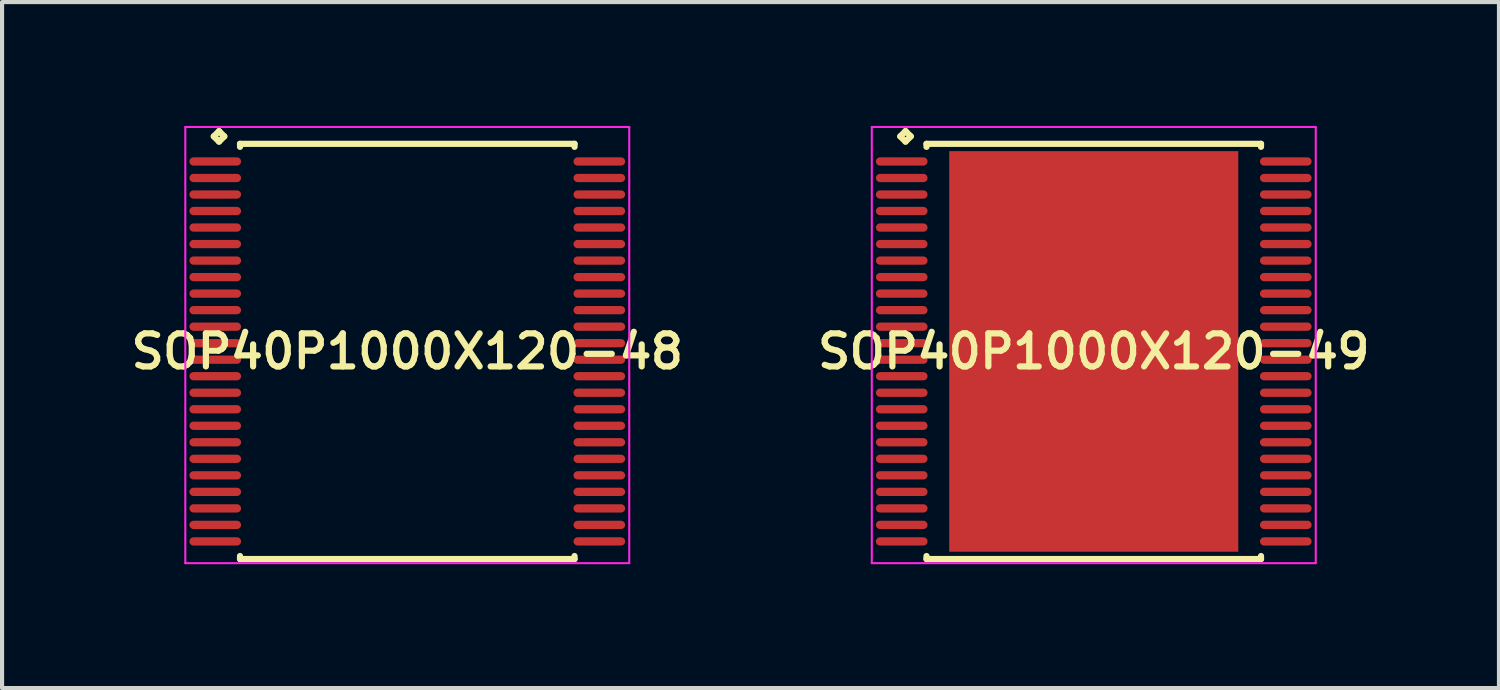
<source format=kicad_pcb>
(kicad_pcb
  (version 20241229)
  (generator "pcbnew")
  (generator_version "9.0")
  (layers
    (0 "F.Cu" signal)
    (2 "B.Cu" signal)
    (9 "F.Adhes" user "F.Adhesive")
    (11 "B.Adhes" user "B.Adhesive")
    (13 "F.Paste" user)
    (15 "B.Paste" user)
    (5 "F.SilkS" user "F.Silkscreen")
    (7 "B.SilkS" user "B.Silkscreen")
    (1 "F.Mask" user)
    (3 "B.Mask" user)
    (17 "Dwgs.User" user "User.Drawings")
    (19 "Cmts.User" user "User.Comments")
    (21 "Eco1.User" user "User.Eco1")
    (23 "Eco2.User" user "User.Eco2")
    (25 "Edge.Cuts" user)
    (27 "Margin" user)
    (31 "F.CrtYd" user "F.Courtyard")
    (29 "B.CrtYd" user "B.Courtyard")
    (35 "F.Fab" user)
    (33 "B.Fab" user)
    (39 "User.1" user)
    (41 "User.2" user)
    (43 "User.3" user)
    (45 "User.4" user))
  (footprint "SOP40P1000X120-48"
    (layer "F.Cu")
    (at 6.812 5.46)
    (property "Reference" "SOP40P1000X120-48" (at 0 0 0) (layer "F.SilkS") (effects (font (size 0.8 0.8) (thickness 0.15))))
    (attr smd)
    (fp_line (start -4.685 -5.208) (end -4.558 -5.335) (stroke (width 0.15) (type solid)) (layer "F.SilkS"))
    (fp_line (start -4.558 -5.335) (end -4.431 -5.208) (stroke (width 0.15) (type solid)) (layer "F.SilkS"))
    (fp_line (start -4.558 -5.081) (end -4.685 -5.208) (stroke (width 0.15) (type solid)) (layer "F.SilkS"))
    (fp_line (start -4.431 -5.208) (end -4.558 -5.081) (stroke (width 0.15) (type solid)) (layer "F.SilkS"))
    (fp_line (start -4.05 -5.027) (end 4.05 -5.027) (stroke (width 0.15) (type solid)) (layer "F.SilkS"))
    (fp_line (start -4.05 -4.954) (end -4.05 -5.027) (stroke (width 0.15) (type solid)) (layer "F.SilkS"))
    (fp_line (start -4.05 4.954) (end -4.05 5.027) (stroke (width 0.15) (type solid)) (layer "F.SilkS"))
    (fp_line (start -4.05 5.027) (end 4.05 5.027) (stroke (width 0.15) (type solid)) (layer "F.SilkS"))
    (fp_line (start 4.05 -5.027) (end 4.05 -4.954) (stroke (width 0.15) (type solid)) (layer "F.SilkS"))
    (fp_line (start 4.05 5.027) (end 4.05 4.954) (stroke (width 0.15) (type solid)) (layer "F.SilkS"))
    (fp_line (start -5.375 -5.435) (end 5.375 -5.435) (stroke (width 0.05) (type solid)) (layer "F.CrtYd"))
    (fp_line (start -5.375 5.127) (end -5.375 -5.435) (stroke (width 0.05) (type solid)) (layer "F.CrtYd"))
    (fp_line (start 5.375 -5.435) (end 5.375 5.127) (stroke (width 0.05) (type solid)) (layer "F.CrtYd"))
    (fp_line (start 5.375 5.127) (end -5.375 5.127) (stroke (width 0.05) (type solid)) (layer "F.CrtYd"))
    (pad "1" smd oval (at -4.65 -4.6) (size 1.25 0.2) (layers "F.Cu" "F.Mask" "F.Paste"))
    (pad "2" smd oval (at -4.65 -4.2) (size 1.25 0.2) (layers "F.Cu" "F.Mask" "F.Paste"))
    (pad "3" smd oval (at -4.65 -3.8) (size 1.25 0.2) (layers "F.Cu" "F.Mask" "F.Paste"))
    (pad "4" smd oval (at -4.65 -3.4) (size 1.25 0.2) (layers "F.Cu" "F.Mask" "F.Paste"))
    (pad "5" smd oval (at -4.65 -3) (size 1.25 0.2) (layers "F.Cu" "F.Mask" "F.Paste"))
    (pad "6" smd oval (at -4.65 -2.6) (size 1.25 0.2) (layers "F.Cu" "F.Mask" "F.Paste"))
    (pad "7" smd oval (at -4.65 -2.2) (size 1.25 0.2) (layers "F.Cu" "F.Mask" "F.Paste"))
    (pad "8" smd oval (at -4.65 -1.8) (size 1.25 0.2) (layers "F.Cu" "F.Mask" "F.Paste"))
    (pad "9" smd oval (at -4.65 -1.4) (size 1.25 0.2) (layers "F.Cu" "F.Mask" "F.Paste"))
    (pad "10" smd oval (at -4.65 -1) (size 1.25 0.2) (layers "F.Cu" "F.Mask" "F.Paste"))
    (pad "11" smd oval (at -4.65 -0.6) (size 1.25 0.2) (layers "F.Cu" "F.Mask" "F.Paste"))
    (pad "12" smd oval (at -4.65 -0.2) (size 1.25 0.2) (layers "F.Cu" "F.Mask" "F.Paste"))
    (pad "13" smd oval (at -4.65 0.2) (size 1.25 0.2) (layers "F.Cu" "F.Mask" "F.Paste"))
    (pad "14" smd oval (at -4.65 0.6) (size 1.25 0.2) (layers "F.Cu" "F.Mask" "F.Paste"))
    (pad "15" smd oval (at -4.65 1) (size 1.25 0.2) (layers "F.Cu" "F.Mask" "F.Paste"))
    (pad "16" smd oval (at -4.65 1.4) (size 1.25 0.2) (layers "F.Cu" "F.Mask" "F.Paste"))
    (pad "17" smd oval (at -4.65 1.8) (size 1.25 0.2) (layers "F.Cu" "F.Mask" "F.Paste"))
    (pad "18" smd oval (at -4.65 2.2) (size 1.25 0.2) (layers "F.Cu" "F.Mask" "F.Paste"))
    (pad "19" smd oval (at -4.65 2.6) (size 1.25 0.2) (layers "F.Cu" "F.Mask" "F.Paste"))
    (pad "20" smd oval (at -4.65 3) (size 1.25 0.2) (layers "F.Cu" "F.Mask" "F.Paste"))
    (pad "21" smd oval (at -4.65 3.4) (size 1.25 0.2) (layers "F.Cu" "F.Mask" "F.Paste"))
    (pad "22" smd oval (at -4.65 3.8) (size 1.25 0.2) (layers "F.Cu" "F.Mask" "F.Paste"))
    (pad "23" smd oval (at -4.65 4.2) (size 1.25 0.2) (layers "F.Cu" "F.Mask" "F.Paste"))
    (pad "24" smd oval (at -4.65 4.6) (size 1.25 0.2) (layers "F.Cu" "F.Mask" "F.Paste"))
    (pad "25" smd oval (at 4.65 4.6) (size 1.25 0.2) (layers "F.Cu" "F.Mask" "F.Paste"))
    (pad "26" smd oval (at 4.65 4.2) (size 1.25 0.2) (layers "F.Cu" "F.Mask" "F.Paste"))
    (pad "27" smd oval (at 4.65 3.8) (size 1.25 0.2) (layers "F.Cu" "F.Mask" "F.Paste"))
    (pad "28" smd oval (at 4.65 3.4) (size 1.25 0.2) (layers "F.Cu" "F.Mask" "F.Paste"))
    (pad "29" smd oval (at 4.65 3) (size 1.25 0.2) (layers "F.Cu" "F.Mask" "F.Paste"))
    (pad "30" smd oval (at 4.65 2.6) (size 1.25 0.2) (layers "F.Cu" "F.Mask" "F.Paste"))
    (pad "31" smd oval (at 4.65 2.2) (size 1.25 0.2) (layers "F.Cu" "F.Mask" "F.Paste"))
    (pad "32" smd oval (at 4.65 1.8) (size 1.25 0.2) (layers "F.Cu" "F.Mask" "F.Paste"))
    (pad "33" smd oval (at 4.65 1.4) (size 1.25 0.2) (layers "F.Cu" "F.Mask" "F.Paste"))
    (pad "34" smd oval (at 4.65 1) (size 1.25 0.2) (layers "F.Cu" "F.Mask" "F.Paste"))
    (pad "35" smd oval (at 4.65 0.6) (size 1.25 0.2) (layers "F.Cu" "F.Mask" "F.Paste"))
    (pad "36" smd oval (at 4.65 0.2) (size 1.25 0.2) (layers "F.Cu" "F.Mask" "F.Paste"))
    (pad "37" smd oval (at 4.65 -0.2) (size 1.25 0.2) (layers "F.Cu" "F.Mask" "F.Paste"))
    (pad "38" smd oval (at 4.65 -0.6) (size 1.25 0.2) (layers "F.Cu" "F.Mask" "F.Paste"))
    (pad "39" smd oval (at 4.65 -1) (size 1.25 0.2) (layers "F.Cu" "F.Mask" "F.Paste"))
    (pad "40" smd oval (at 4.65 -1.4) (size 1.25 0.2) (layers "F.Cu" "F.Mask" "F.Paste"))
    (pad "41" smd oval (at 4.65 -1.8) (size 1.25 0.2) (layers "F.Cu" "F.Mask" "F.Paste"))
    (pad "42" smd oval (at 4.65 -2.2) (size 1.25 0.2) (layers "F.Cu" "F.Mask" "F.Paste"))
    (pad "43" smd oval (at 4.65 -2.6) (size 1.25 0.2) (layers "F.Cu" "F.Mask" "F.Paste"))
    (pad "44" smd oval (at 4.65 -3) (size 1.25 0.2) (layers "F.Cu" "F.Mask" "F.Paste"))
    (pad "45" smd oval (at 4.65 -3.4) (size 1.25 0.2) (layers "F.Cu" "F.Mask" "F.Paste"))
    (pad "46" smd oval (at 4.65 -3.8) (size 1.25 0.2) (layers "F.Cu" "F.Mask" "F.Paste"))
    (pad "47" smd oval (at 4.65 -4.2) (size 1.25 0.2) (layers "F.Cu" "F.Mask" "F.Paste"))
    (pad "48" smd oval (at 4.65 -4.6) (size 1.25 0.2) (layers "F.Cu" "F.Mask" "F.Paste")))
  (footprint "SOP40P1000X120-49"
    (layer "F.Cu")
    (at 23.435 5.46)
    (property "Reference" "SOP40P1000X120-49" (at 0 0 0) (layer "F.SilkS") (effects (font (size 0.8 0.8) (thickness 0.15))))
    (attr smd)
    (fp_line (start -4.685 -5.208) (end -4.558 -5.335) (stroke (width 0.15) (type solid)) (layer "F.SilkS"))
    (fp_line (start -4.558 -5.335) (end -4.431 -5.208) (stroke (width 0.15) (type solid)) (layer "F.SilkS"))
    (fp_line (start -4.558 -5.081) (end -4.685 -5.208) (stroke (width 0.15) (type solid)) (layer "F.SilkS"))
    (fp_line (start -4.431 -5.208) (end -4.558 -5.081) (stroke (width 0.15) (type solid)) (layer "F.SilkS"))
    (fp_line (start -4.05 -5.027) (end 4.05 -5.027) (stroke (width 0.15) (type solid)) (layer "F.SilkS"))
    (fp_line (start -4.05 -4.954) (end -4.05 -5.027) (stroke (width 0.15) (type solid)) (layer "F.SilkS"))
    (fp_line (start -4.05 4.954) (end -4.05 5.027) (stroke (width 0.15) (type solid)) (layer "F.SilkS"))
    (fp_line (start -4.05 5.027) (end 4.05 5.027) (stroke (width 0.15) (type solid)) (layer "F.SilkS"))
    (fp_line (start 4.05 -5.027) (end 4.05 -4.954) (stroke (width 0.15) (type solid)) (layer "F.SilkS"))
    (fp_line (start 4.05 5.027) (end 4.05 4.954) (stroke (width 0.15) (type solid)) (layer "F.SilkS"))
    (fp_line (start -5.375 -5.435) (end 5.375 -5.435) (stroke (width 0.05) (type solid)) (layer "F.CrtYd"))
    (fp_line (start -5.375 5.127) (end -5.375 -5.435) (stroke (width 0.05) (type solid)) (layer "F.CrtYd"))
    (fp_line (start 5.375 -5.435) (end 5.375 5.127) (stroke (width 0.05) (type solid)) (layer "F.CrtYd"))
    (fp_line (start 5.375 5.127) (end -5.375 5.127) (stroke (width 0.05) (type solid)) (layer "F.CrtYd"))
    (pad "1" smd oval (at -4.65 -4.6) (size 1.25 0.2) (layers "F.Cu" "F.Mask" "F.Paste"))
    (pad "2" smd oval (at -4.65 -4.2) (size 1.25 0.2) (layers "F.Cu" "F.Mask" "F.Paste"))
    (pad "3" smd oval (at -4.65 -3.8) (size 1.25 0.2) (layers "F.Cu" "F.Mask" "F.Paste"))
    (pad "4" smd oval (at -4.65 -3.4) (size 1.25 0.2) (layers "F.Cu" "F.Mask" "F.Paste"))
    (pad "5" smd oval (at -4.65 -3) (size 1.25 0.2) (layers "F.Cu" "F.Mask" "F.Paste"))
    (pad "6" smd oval (at -4.65 -2.6) (size 1.25 0.2) (layers "F.Cu" "F.Mask" "F.Paste"))
    (pad "7" smd oval (at -4.65 -2.2) (size 1.25 0.2) (layers "F.Cu" "F.Mask" "F.Paste"))
    (pad "8" smd oval (at -4.65 -1.8) (size 1.25 0.2) (layers "F.Cu" "F.Mask" "F.Paste"))
    (pad "9" smd oval (at -4.65 -1.4) (size 1.25 0.2) (layers "F.Cu" "F.Mask" "F.Paste"))
    (pad "10" smd oval (at -4.65 -1) (size 1.25 0.2) (layers "F.Cu" "F.Mask" "F.Paste"))
    (pad "11" smd oval (at -4.65 -0.6) (size 1.25 0.2) (layers "F.Cu" "F.Mask" "F.Paste"))
    (pad "12" smd oval (at -4.65 -0.2) (size 1.25 0.2) (layers "F.Cu" "F.Mask" "F.Paste"))
    (pad "13" smd oval (at -4.65 0.2) (size 1.25 0.2) (layers "F.Cu" "F.Mask" "F.Paste"))
    (pad "14" smd oval (at -4.65 0.6) (size 1.25 0.2) (layers "F.Cu" "F.Mask" "F.Paste"))
    (pad "15" smd oval (at -4.65 1) (size 1.25 0.2) (layers "F.Cu" "F.Mask" "F.Paste"))
    (pad "16" smd oval (at -4.65 1.4) (size 1.25 0.2) (layers "F.Cu" "F.Mask" "F.Paste"))
    (pad "17" smd oval (at -4.65 1.8) (size 1.25 0.2) (layers "F.Cu" "F.Mask" "F.Paste"))
    (pad "18" smd oval (at -4.65 2.2) (size 1.25 0.2) (layers "F.Cu" "F.Mask" "F.Paste"))
    (pad "19" smd oval (at -4.65 2.6) (size 1.25 0.2) (layers "F.Cu" "F.Mask" "F.Paste"))
    (pad "20" smd oval (at -4.65 3) (size 1.25 0.2) (layers "F.Cu" "F.Mask" "F.Paste"))
    (pad "21" smd oval (at -4.65 3.4) (size 1.25 0.2) (layers "F.Cu" "F.Mask" "F.Paste"))
    (pad "22" smd oval (at -4.65 3.8) (size 1.25 0.2) (layers "F.Cu" "F.Mask" "F.Paste"))
    (pad "23" smd oval (at -4.65 4.2) (size 1.25 0.2) (layers "F.Cu" "F.Mask" "F.Paste"))
    (pad "24" smd oval (at -4.65 4.6) (size 1.25 0.2) (layers "F.Cu" "F.Mask" "F.Paste"))
    (pad "25" smd oval (at 4.65 4.6) (size 1.25 0.2) (layers "F.Cu" "F.Mask" "F.Paste"))
    (pad "26" smd oval (at 4.65 4.2) (size 1.25 0.2) (layers "F.Cu" "F.Mask" "F.Paste"))
    (pad "27" smd oval (at 4.65 3.8) (size 1.25 0.2) (layers "F.Cu" "F.Mask" "F.Paste"))
    (pad "28" smd oval (at 4.65 3.4) (size 1.25 0.2) (layers "F.Cu" "F.Mask" "F.Paste"))
    (pad "29" smd oval (at 4.65 3) (size 1.25 0.2) (layers "F.Cu" "F.Mask" "F.Paste"))
    (pad "30" smd oval (at 4.65 2.6) (size 1.25 0.2) (layers "F.Cu" "F.Mask" "F.Paste"))
    (pad "31" smd oval (at 4.65 2.2) (size 1.25 0.2) (layers "F.Cu" "F.Mask" "F.Paste"))
    (pad "32" smd oval (at 4.65 1.8) (size 1.25 0.2) (layers "F.Cu" "F.Mask" "F.Paste"))
    (pad "33" smd oval (at 4.65 1.4) (size 1.25 0.2) (layers "F.Cu" "F.Mask" "F.Paste"))
    (pad "34" smd oval (at 4.65 1) (size 1.25 0.2) (layers "F.Cu" "F.Mask" "F.Paste"))
    (pad "35" smd oval (at 4.65 0.6) (size 1.25 0.2) (layers "F.Cu" "F.Mask" "F.Paste"))
    (pad "36" smd oval (at 4.65 0.2) (size 1.25 0.2) (layers "F.Cu" "F.Mask" "F.Paste"))
    (pad "37" smd oval (at 4.65 -0.2) (size 1.25 0.2) (layers "F.Cu" "F.Mask" "F.Paste"))
    (pad "38" smd oval (at 4.65 -0.6) (size 1.25 0.2) (layers "F.Cu" "F.Mask" "F.Paste"))
    (pad "39" smd oval (at 4.65 -1) (size 1.25 0.2) (layers "F.Cu" "F.Mask" "F.Paste"))
    (pad "40" smd oval (at 4.65 -1.4) (size 1.25 0.2) (layers "F.Cu" "F.Mask" "F.Paste"))
    (pad "41" smd oval (at 4.65 -1.8) (size 1.25 0.2) (layers "F.Cu" "F.Mask" "F.Paste"))
    (pad "42" smd oval (at 4.65 -2.2) (size 1.25 0.2) (layers "F.Cu" "F.Mask" "F.Paste"))
    (pad "43" smd oval (at 4.65 -2.6) (size 1.25 0.2) (layers "F.Cu" "F.Mask" "F.Paste"))
    (pad "44" smd oval (at 4.65 -3) (size 1.25 0.2) (layers "F.Cu" "F.Mask" "F.Paste"))
    (pad "45" smd oval (at 4.65 -3.4) (size 1.25 0.2) (layers "F.Cu" "F.Mask" "F.Paste"))
    (pad "46" smd oval (at 4.65 -3.8) (size 1.25 0.2) (layers "F.Cu" "F.Mask" "F.Paste"))
    (pad "47" smd oval (at 4.65 -4.2) (size 1.25 0.2) (layers "F.Cu" "F.Mask" "F.Paste"))
    (pad "48" smd oval (at 4.65 -4.6) (size 1.25 0.2) (layers "F.Cu" "F.Mask" "F.Paste"))
    (pad "49" smd rect (at 0 0) (size 7 9.7) (layers "F.Cu" "F.Mask" "F.Paste")))
  (gr_rect
    (start -3 -3)
    (end 33.247 13.612)
    (stroke (width 0.1) (type default))
    (fill no)
    (layer "Edge.Cuts")))
</source>
